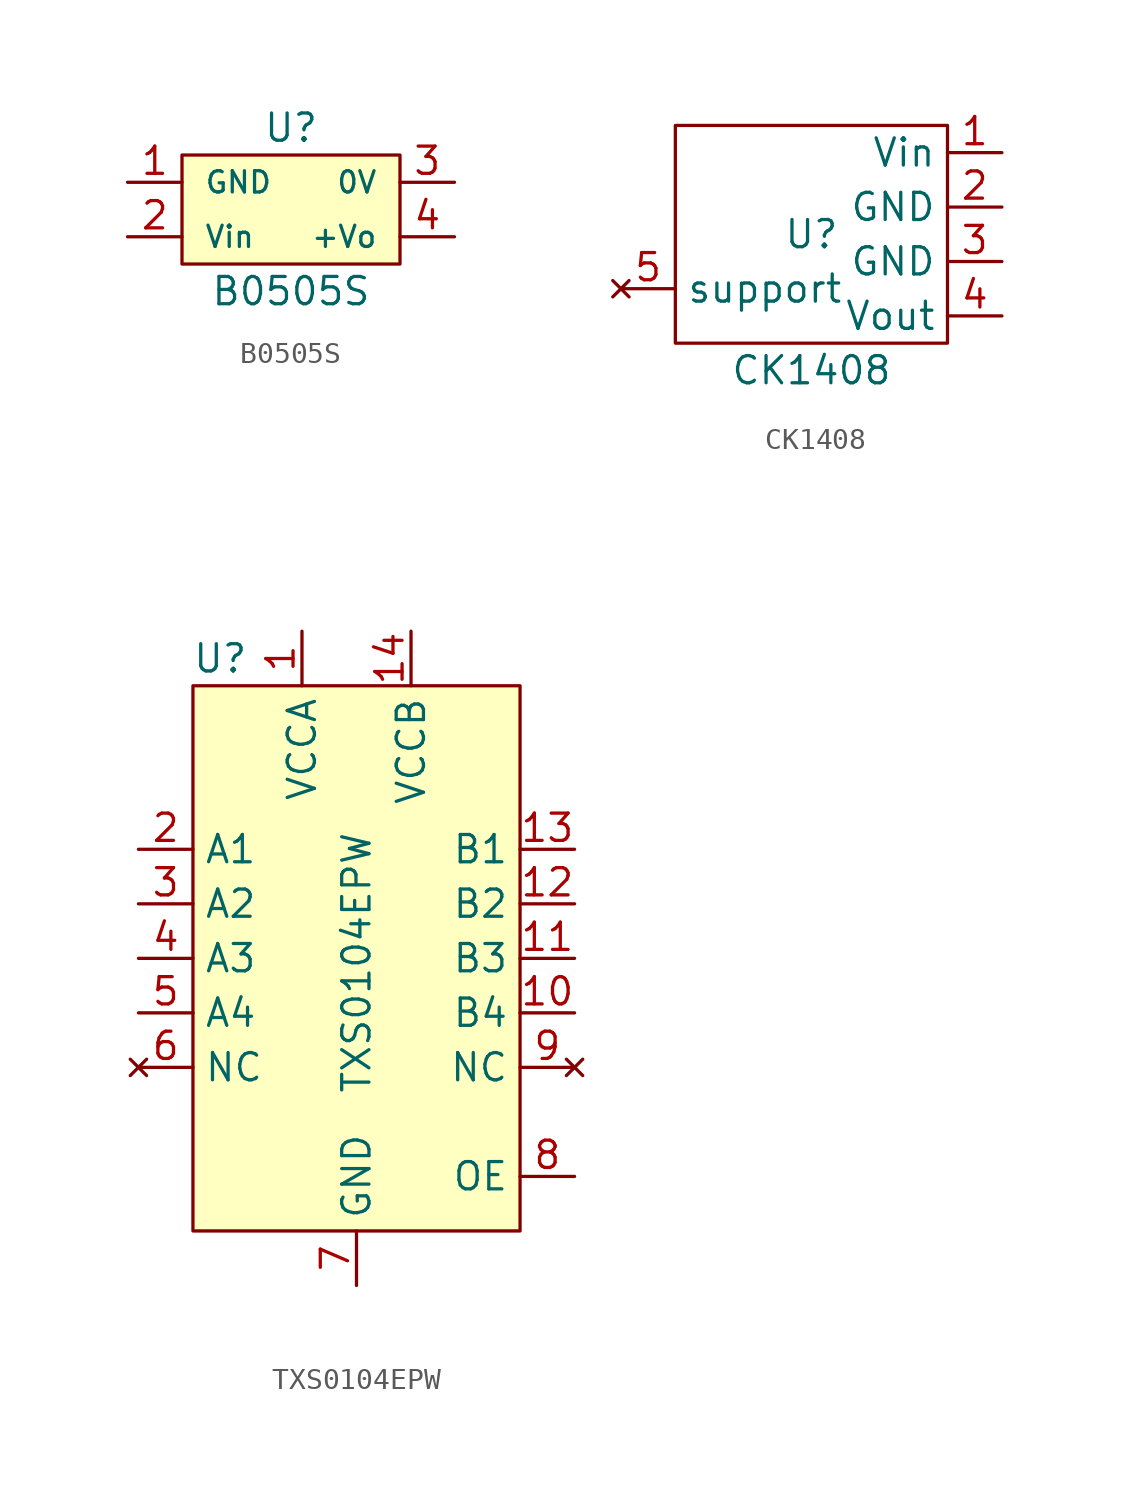
<source format=kicad_sym>
(kicad_symbol_lib
  (version 20211014)
  (generator kicad_symbol_editor)
  (symbol "B0505S"
    (pin_names
      (offset 1.016))
    (property "Reference" "U"
      (at 0 3.81 0)
      (effects (font (size 1.27 1.27))))
    (property "Value" "B0505S"
      (at 0 -3.81 0)
      (effects (font (size 1.27 1.27))))
    (symbol "B0505S_0_1"
      (rectangle (start -5.08 2.54) (end 5.08 -2.54) (stroke (width 0) (type default) (color 0 0 0 0)) (fill (type background))))
    (symbol "B0505S_1_1"
      (pin power_in line (at -7.62 1.27 0) (length 2.54) (name "GND" (effects (font (size 0.991 0.991)))) (number "1" (effects (font (size 1.27 1.27)))))
      (pin power_in line (at -7.62 -1.27 0) (length 2.54) (name "Vin" (effects (font (size 0.991 0.991)))) (number "2" (effects (font (size 1.27 1.27)))))
      (pin power_out line (at 7.62 1.27 180) (length 2.54) (name "0V" (effects (font (size 0.991 0.991)))) (number "3" (effects (font (size 1.27 1.27)))))
      (pin power_out line (at 7.62 -1.27 180) (length 2.54) (name "+Vo" (effects (font (size 0.991 0.991)))) (number "4" (effects (font (size 1.27 1.27)))))))
  (symbol "CK1408"
    (property "Reference" "U"
      (at 0 0 0)
      (effects (font (size 1.27 1.27))))
    (property "Value" "CK1408"
      (at 0 -6.35 0)
      (effects (font (size 1.27 1.27))))
    (symbol "CK1408_0_1"
      (rectangle (start -6.35 5.08) (end 6.35 -5.08) (stroke (width 0) (type default) (color 0 0 0 0)) (fill (type none))))
    (symbol "CK1408_1_1"
      (pin input line (at 8.89 3.81 180) (length 2.54) (name "Vin" (effects (font (size 1.27 1.27)))) (number "1" (effects (font (size 1.27 1.27)))))
      (pin input line (at 8.89 1.27 180) (length 2.54) (name "GND" (effects (font (size 1.27 1.27)))) (number "2" (effects (font (size 1.27 1.27)))))
      (pin input line (at 8.89 -1.27 180) (length 2.54) (name "GND" (effects (font (size 1.27 1.27)))) (number "3" (effects (font (size 1.27 1.27)))))
      (pin input line (at 8.89 -3.81 180) (length 2.54) (name "Vout" (effects (font (size 1.27 1.27)))) (number "4" (effects (font (size 1.27 1.27)))))
      (pin no_connect line (at -8.89 -2.54 0) (length 2.54) (name "support" (effects (font (size 1.27 1.27)))) (number "5" (effects (font (size 1.27 1.27)))))))
  (symbol "TXS0104EPW"
    (property "Reference" "U"
      (at -6.35 16.51 0)
      (effects (font (size 1.27 1.27))))
    (property "Value" "TXS0104EPW"
      (at 0 -3.81 90)
      (effects (font (size 1.27 1.27)) (justify left)))
    (symbol "TXS0104EPW_0_1"
      (rectangle (start -7.62 15.24) (end 7.62 -10.16) (stroke (width 0) (type default) (color 0 0 0 0)) (fill (type background))))
    (symbol "TXS0104EPW_1_1"
      (pin power_in line (at -2.54 17.78 270) (length 2.54) (name "VCCA" (effects (font (size 1.27 1.27)))) (number "1" (effects (font (size 1.27 1.27)))))
      (pin bidirectional line (at 10.16 0 180) (length 2.54) (name "B4" (effects (font (size 1.27 1.27)))) (number "10" (effects (font (size 1.27 1.27)))))
      (pin bidirectional line (at 10.16 2.54 180) (length 2.54) (name "B3" (effects (font (size 1.27 1.27)))) (number "11" (effects (font (size 1.27 1.27)))))
      (pin bidirectional line (at 10.16 5.08 180) (length 2.54) (name "B2" (effects (font (size 1.27 1.27)))) (number "12" (effects (font (size 1.27 1.27)))))
      (pin bidirectional line (at 10.16 7.62 180) (length 2.54) (name "B1" (effects (font (size 1.27 1.27)))) (number "13" (effects (font (size 1.27 1.27)))))
      (pin power_in line (at 2.54 17.78 270) (length 2.54) (name "VCCB" (effects (font (size 1.27 1.27)))) (number "14" (effects (font (size 1.27 1.27)))))
      (pin bidirectional line (at -10.16 7.62 0) (length 2.54) (name "A1" (effects (font (size 1.27 1.27)))) (number "2" (effects (font (size 1.27 1.27)))))
      (pin bidirectional line (at -10.16 5.08 0) (length 2.54) (name "A2" (effects (font (size 1.27 1.27)))) (number "3" (effects (font (size 1.27 1.27)))))
      (pin bidirectional line (at -10.16 2.54 0) (length 2.54) (name "A3" (effects (font (size 1.27 1.27)))) (number "4" (effects (font (size 1.27 1.27)))))
      (pin bidirectional line (at -10.16 0 0) (length 2.54) (name "A4" (effects (font (size 1.27 1.27)))) (number "5" (effects (font (size 1.27 1.27)))))
      (pin no_connect line (at -10.16 -2.54 0) (length 2.54) (name "NC" (effects (font (size 1.27 1.27)))) (number "6" (effects (font (size 1.27 1.27)))))
      (pin power_in line (at 0 -12.7 90) (length 2.54) (name "GND" (effects (font (size 1.27 1.27)))) (number "7" (effects (font (size 1.27 1.27)))))
      (pin input line (at 10.16 -7.62 180) (length 2.54) (name "OE" (effects (font (size 1.27 1.27)))) (number "8" (effects (font (size 1.27 1.27)))))
      (pin no_connect line (at 10.16 -2.54 180) (length 2.54) (name "NC" (effects (font (size 1.27 1.27)))) (number "9" (effects (font (size 1.27 1.27))))))))
</source>
